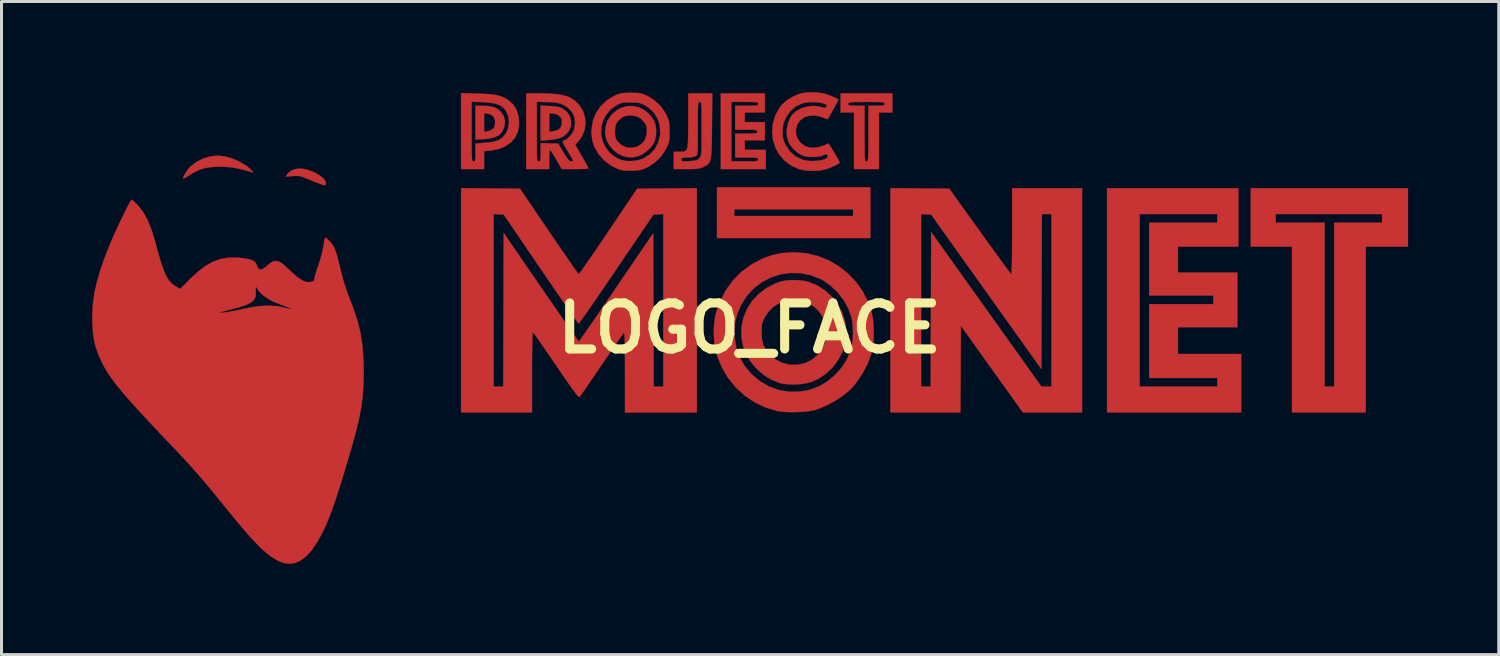
<source format=kicad_pcb>
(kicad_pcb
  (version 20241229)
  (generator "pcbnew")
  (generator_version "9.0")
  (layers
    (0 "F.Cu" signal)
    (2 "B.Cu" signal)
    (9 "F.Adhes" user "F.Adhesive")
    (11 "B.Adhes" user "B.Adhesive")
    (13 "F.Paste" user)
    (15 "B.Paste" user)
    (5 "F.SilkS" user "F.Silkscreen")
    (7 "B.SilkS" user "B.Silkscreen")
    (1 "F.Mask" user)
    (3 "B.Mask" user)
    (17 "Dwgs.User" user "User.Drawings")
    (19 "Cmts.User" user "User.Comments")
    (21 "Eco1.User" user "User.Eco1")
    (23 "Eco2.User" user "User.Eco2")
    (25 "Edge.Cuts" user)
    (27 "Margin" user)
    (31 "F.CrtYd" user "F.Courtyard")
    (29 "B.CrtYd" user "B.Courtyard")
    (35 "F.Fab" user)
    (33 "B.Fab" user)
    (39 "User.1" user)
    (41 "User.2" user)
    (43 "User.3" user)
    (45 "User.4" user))
  (footprint "LOGO_FACE"
    (layer "F.Cu")
    (at 21.751 7.807)
    (property "Reference" "LOGO_FACE" (at 0 0 0) (layer "F.SilkS") (effects (font (size 1.524 1.524) (thickness 0.3))))
    (attr through_hole)
    (fp_poly (pts (xy 3.996 -2.981) (xy -1.078 -2.981) (xy -1.078 -3.932) (xy -0.507 -3.932) (xy -0.507 -3.71) (xy 3.425 -3.71) (xy 3.425 -3.932) (xy -0.507 -3.932) (xy -1.078 -3.932) (xy -1.078 -4.661) (xy 3.996 -4.661) (xy 3.996 -2.981)) (stroke (width 0.01) (type solid)) (fill yes) (layer "F.Cu"))
    (fp_poly (pts (xy 21.785 -2.695) (xy 20.39 -2.695) (xy 20.39 2.791) (xy 17.948 2.791) (xy 17.948 -2.695) (xy 16.585 -2.695) (xy 16.585 -3.774) (xy 17.409 -3.774) (xy 17.409 -3.488) (xy 19.026 -3.488) (xy 19.026 1.934) (xy 19.343 1.934) (xy 19.343 -3.488) (xy 20.929 -3.488) (xy 20.929 -3.774) (xy 17.409 -3.774) (xy 16.585 -3.774) (xy 16.585 -4.63) (xy 21.785 -4.63) (xy 21.785 -2.695)) (stroke (width 0.01) (type solid)) (fill yes) (layer "F.Cu"))
    (fp_poly (pts (xy -14.718 -5.262) (xy -14.545 -5.213) (xy -14.379 -5.142) (xy -14.233 -5.058) (xy -14.116 -4.966) (xy -14.04 -4.875) (xy -14.016 -4.798) (xy -14.022 -4.753) (xy -14.046 -4.732) (xy -14.1 -4.737) (xy -14.194 -4.767) (xy -14.286 -4.802) (xy -14.422 -4.856) (xy -14.577 -4.919) (xy -14.682 -4.962) (xy -14.804 -5.01) (xy -14.903 -5.033) (xy -15.011 -5.038) (xy -15.117 -5.032) (xy -15.346 -5.015) (xy -15.295 -5.094) (xy -15.189 -5.198) (xy -15.044 -5.261) (xy -14.867 -5.279) (xy -14.718 -5.262)) (stroke (width 0.01) (type solid)) (fill yes) (layer "F.Cu"))
    (fp_poly (pts (xy 16.172 -2.695) (xy 14.175 -2.695) (xy 14.175 -1.839) (xy 16.141 -1.839) (xy 16.141 -0.032) (xy 14.175 -0.032) (xy 14.175 0.856) (xy 16.267 0.856) (xy 16.267 2.791) (xy 11.828 2.791) (xy 11.828 -3.774) (xy 12.906 -3.774) (xy 12.906 1.934) (xy 15.475 1.934) (xy 15.475 1.649) (xy 13.223 1.649) (xy 13.223 -0.793) (xy 15.348 -0.793) (xy 15.348 -1.078) (xy 13.223 -1.078) (xy 13.223 -3.488) (xy 15.475 -3.488) (xy 15.475 -3.774) (xy 12.906 -3.774) (xy 11.828 -3.774) (xy 11.828 -4.63) (xy 16.172 -4.63) (xy 16.172 -2.695)) (stroke (width 0.01) (type solid)) (fill yes) (layer "F.Cu"))
    (fp_poly (pts (xy -17.365 -5.683) (xy -17.115 -5.612) (xy -16.869 -5.505) (xy -16.647 -5.368) (xy -16.533 -5.275) (xy -16.465 -5.207) (xy -16.43 -5.163) (xy -16.435 -5.15) (xy -16.437 -5.151) (xy -16.73 -5.236) (xy -16.987 -5.294) (xy -17.228 -5.328) (xy -17.471 -5.341) (xy -17.52 -5.342) (xy -17.783 -5.333) (xy -18.004 -5.301) (xy -18.203 -5.24) (xy -18.398 -5.145) (xy -18.518 -5.072) (xy -18.627 -5.002) (xy -18.694 -4.963) (xy -18.729 -4.95) (xy -18.74 -4.957) (xy -18.741 -4.964) (xy -18.723 -5.021) (xy -18.676 -5.108) (xy -18.612 -5.207) (xy -18.543 -5.297) (xy -18.503 -5.341) (xy -18.309 -5.494) (xy -18.077 -5.612) (xy -17.825 -5.685) (xy -17.599 -5.708) (xy -17.365 -5.683)) (stroke (width 0.01) (type solid)) (fill yes) (layer "F.Cu"))
    (fp_poly (pts (xy -8.839 -7.357) (xy -8.633 -7.347) (xy -8.472 -7.314) (xy -8.344 -7.255) (xy -8.24 -7.17) (xy -8.139 -7.027) (xy -8.094 -6.864) (xy -8.106 -6.69) (xy -8.176 -6.515) (xy -8.198 -6.479) (xy -8.3 -6.38) (xy -8.456 -6.309) (xy -8.666 -6.265) (xy -8.791 -6.254) (xy -9.069 -6.238) (xy -9.069 -7.103) (xy -8.784 -7.103) (xy -8.784 -6.494) (xy -8.665 -6.515) (xy -8.568 -6.546) (xy -8.489 -6.593) (xy -8.483 -6.599) (xy -8.435 -6.675) (xy -8.419 -6.791) (xy -8.419 -6.805) (xy -8.427 -6.908) (xy -8.459 -6.977) (xy -8.508 -7.027) (xy -8.599 -7.081) (xy -8.69 -7.103) (xy -8.784 -7.103) (xy -9.069 -7.103) (xy -9.069 -7.357) (xy -8.839 -7.357)) (stroke (width 0.01) (type solid)) (fill yes) (layer "F.Cu"))
    (fp_poly (pts (xy -6.62 -7.351) (xy -6.449 -7.338) (xy -6.322 -7.316) (xy -6.222 -7.282) (xy -6.19 -7.266) (xy -6.05 -7.162) (xy -5.955 -7.025) (xy -5.907 -6.868) (xy -5.909 -6.704) (xy -5.963 -6.547) (xy -6.027 -6.456) (xy -6.14 -6.357) (xy -6.286 -6.287) (xy -6.475 -6.243) (xy -6.649 -6.224) (xy -6.913 -6.206) (xy -6.913 -6.493) (xy -6.627 -6.493) (xy -6.499 -6.513) (xy -6.4 -6.536) (xy -6.319 -6.566) (xy -6.308 -6.573) (xy -6.247 -6.644) (xy -6.211 -6.753) (xy -6.208 -6.88) (xy -6.21 -6.89) (xy -6.252 -6.98) (xy -6.34 -7.053) (xy -6.455 -7.096) (xy -6.524 -7.103) (xy -6.627 -7.103) (xy -6.627 -6.493) (xy -6.913 -6.493) (xy -6.913 -7.364) (xy -6.62 -7.351)) (stroke (width 0.01) (type solid)) (fill yes) (layer "F.Cu"))
    (fp_poly (pts (xy 5.635 -4.622) (xy 6.608 -4.614) (xy 7.619 -3.203) (xy 7.81 -2.938) (xy 7.989 -2.689) (xy 8.155 -2.46) (xy 8.303 -2.257) (xy 8.43 -2.084) (xy 8.532 -1.945) (xy 8.607 -1.846) (xy 8.65 -1.791) (xy 8.659 -1.781) (xy 8.666 -1.809) (xy 8.672 -1.897) (xy 8.678 -2.039) (xy 8.682 -2.232) (xy 8.685 -2.471) (xy 8.687 -2.752) (xy 8.689 -3.07) (xy 8.689 -3.2) (xy 8.689 -4.63) (xy 11.003 -4.63) (xy 11.003 2.791) (xy 9.044 2.791) (xy 6.992 -0.079) (xy 6.984 1.356) (xy 6.976 2.791) (xy 4.661 2.791) (xy 4.661 1.934) (xy 5.676 1.934) (xy 5.993 1.934) (xy 6.009 -3.178) (xy 7.832 -0.622) (xy 9.656 1.933) (xy 9.822 1.934) (xy 9.989 1.934) (xy 9.989 -3.774) (xy 9.672 -3.774) (xy 9.664 -1.209) (xy 9.656 1.356) (xy 7.832 -1.201) (xy 6.008 -3.758) (xy 5.842 -3.767) (xy 5.676 -3.777) (xy 5.676 1.934) (xy 4.661 1.934) (xy 4.661 -4.631) (xy 5.635 -4.622)) (stroke (width 0.01) (type solid)) (fill yes) (layer "F.Cu"))
    (fp_poly (pts (xy -3.647 -7.3) (xy -3.457 -7.199) (xy -3.291 -7.052) (xy -3.161 -6.865) (xy -3.111 -6.721) (xy -3.09 -6.545) (xy -3.098 -6.362) (xy -3.134 -6.198) (xy -3.163 -6.132) (xy -3.267 -5.984) (xy -3.409 -5.848) (xy -3.569 -5.742) (xy -3.689 -5.692) (xy -3.854 -5.655) (xy -4.002 -5.653) (xy -4.164 -5.686) (xy -4.198 -5.696) (xy -4.354 -5.772) (xy -4.504 -5.893) (xy -4.634 -6.043) (xy -4.725 -6.205) (xy -4.74 -6.244) (xy -4.781 -6.463) (xy -4.778 -6.504) (xy -4.455 -6.504) (xy -4.451 -6.379) (xy -4.436 -6.293) (xy -4.402 -6.223) (xy -4.37 -6.178) (xy -4.238 -6.054) (xy -4.079 -5.981) (xy -3.905 -5.963) (xy -3.729 -6.002) (xy -3.68 -6.024) (xy -3.54 -6.123) (xy -3.45 -6.253) (xy -3.405 -6.424) (xy -3.399 -6.483) (xy -3.397 -6.603) (xy -3.411 -6.687) (xy -3.447 -6.762) (xy -3.462 -6.785) (xy -3.585 -6.925) (xy -3.728 -7.008) (xy -3.902 -7.039) (xy -3.932 -7.04) (xy -4.069 -7.03) (xy -4.171 -6.996) (xy -4.218 -6.968) (xy -4.34 -6.87) (xy -4.413 -6.764) (xy -4.448 -6.633) (xy -4.455 -6.504) (xy -4.778 -6.504) (xy -4.764 -6.678) (xy -4.691 -6.88) (xy -4.567 -7.059) (xy -4.397 -7.207) (xy -4.265 -7.282) (xy -4.061 -7.345) (xy -3.852 -7.349) (xy -3.647 -7.3)) (stroke (width 0.01) (type solid)) (fill yes) (layer "F.Cu"))
    (fp_poly (pts (xy 4.725 -7.135) (xy 4.281 -7.135) (xy 4.281 -5.264) (xy 3.456 -5.264) (xy 3.456 -7.135) (xy 3.012 -7.135) (xy 3.012 -7.42) (xy 3.266 -7.42) (xy 3.271 -7.389) (xy 3.294 -7.371) (xy 3.349 -7.361) (xy 3.446 -7.357) (xy 3.536 -7.357) (xy 3.805 -7.357) (xy 3.805 -6.437) (xy 3.805 -6.172) (xy 3.806 -5.963) (xy 3.808 -5.804) (xy 3.811 -5.689) (xy 3.816 -5.609) (xy 3.824 -5.559) (xy 3.835 -5.532) (xy 3.849 -5.52) (xy 3.866 -5.518) (xy 3.869 -5.518) (xy 3.887 -5.519) (xy 3.901 -5.53) (xy 3.912 -5.555) (xy 3.92 -5.602) (xy 3.926 -5.678) (xy 3.929 -5.79) (xy 3.931 -5.943) (xy 3.932 -6.146) (xy 3.932 -6.405) (xy 3.932 -6.437) (xy 3.932 -7.357) (xy 4.202 -7.357) (xy 4.333 -7.358) (xy 4.413 -7.363) (xy 4.454 -7.376) (xy 4.469 -7.399) (xy 4.471 -7.42) (xy 4.469 -7.442) (xy 4.455 -7.458) (xy 4.423 -7.47) (xy 4.363 -7.477) (xy 4.267 -7.481) (xy 4.126 -7.483) (xy 3.933 -7.484) (xy 3.869 -7.484) (xy 3.659 -7.483) (xy 3.505 -7.482) (xy 3.398 -7.479) (xy 3.328 -7.472) (xy 3.289 -7.462) (xy 3.271 -7.447) (xy 3.266 -7.427) (xy 3.266 -7.42) (xy 3.012 -7.42) (xy 3.012 -7.769) (xy 4.725 -7.769) (xy 4.725 -7.135)) (stroke (width 0.01) (type solid)) (fill yes) (layer "F.Cu"))
    (fp_poly (pts (xy 0.507 -7.135) (xy -0.159 -7.135) (xy -0.159 -6.818) (xy 0.507 -6.818) (xy 0.507 -6.215) (xy -0.159 -6.215) (xy -0.159 -5.898) (xy 0.539 -5.898) (xy 0.539 -5.264) (xy -0.951 -5.264) (xy -0.951 -7.484) (xy -0.602 -7.484) (xy -0.602 -5.518) (xy -0.159 -5.518) (xy 0.017 -5.518) (xy 0.139 -5.52) (xy 0.217 -5.526) (xy 0.261 -5.536) (xy 0.281 -5.553) (xy 0.285 -5.576) (xy 0.285 -5.581) (xy 0.282 -5.608) (xy 0.263 -5.626) (xy 0.22 -5.637) (xy 0.142 -5.642) (xy 0.017 -5.644) (xy -0.095 -5.644) (xy -0.476 -5.644) (xy -0.476 -6.437) (xy -0.111 -6.437) (xy 0.046 -6.438) (xy 0.15 -6.441) (xy 0.212 -6.449) (xy 0.243 -6.463) (xy 0.253 -6.485) (xy 0.254 -6.501) (xy 0.25 -6.528) (xy 0.231 -6.546) (xy 0.187 -6.557) (xy 0.106 -6.562) (xy -0.022 -6.564) (xy -0.111 -6.564) (xy -0.476 -6.564) (xy -0.476 -7.357) (xy -0.095 -7.357) (xy 0.065 -7.357) (xy 0.173 -7.36) (xy 0.239 -7.368) (xy 0.272 -7.381) (xy 0.284 -7.402) (xy 0.285 -7.42) (xy 0.282 -7.445) (xy 0.266 -7.463) (xy 0.227 -7.474) (xy 0.155 -7.48) (xy 0.041 -7.483) (xy -0.126 -7.484) (xy -0.159 -7.484) (xy -0.602 -7.484) (xy -0.951 -7.484) (xy -0.951 -7.769) (xy 0.507 -7.769) (xy 0.507 -7.135)) (stroke (width 0.01) (type solid)) (fill yes) (layer "F.Cu"))
    (fp_poly (pts (xy -8.998 -7.76) (xy -8.743 -7.75) (xy -8.541 -7.734) (xy -8.379 -7.711) (xy -8.246 -7.677) (xy -8.131 -7.631) (xy -8.022 -7.57) (xy -7.97 -7.536) (xy -7.817 -7.394) (xy -7.707 -7.212) (xy -7.642 -7.001) (xy -7.625 -6.771) (xy -7.66 -6.532) (xy -7.67 -6.492) (xy -7.756 -6.306) (xy -7.895 -6.146) (xy -8.078 -6.018) (xy -8.299 -5.927) (xy -8.55 -5.879) (xy -8.556 -5.878) (xy -8.784 -5.857) (xy -8.784 -5.264) (xy -9.545 -5.264) (xy -9.545 -6.505) (xy -9.196 -6.505) (xy -9.196 -6.229) (xy -9.195 -6.01) (xy -9.194 -5.841) (xy -9.191 -5.716) (xy -9.186 -5.628) (xy -9.179 -5.571) (xy -9.17 -5.538) (xy -9.157 -5.522) (xy -9.141 -5.518) (xy -9.133 -5.518) (xy -9.103 -5.522) (xy -9.084 -5.544) (xy -9.074 -5.595) (xy -9.07 -5.686) (xy -9.069 -5.814) (xy -9.069 -6.111) (xy -8.792 -6.13) (xy -8.587 -6.149) (xy -8.431 -6.178) (xy -8.311 -6.218) (xy -8.213 -6.276) (xy -8.167 -6.314) (xy -8.056 -6.45) (xy -7.986 -6.621) (xy -7.96 -6.807) (xy -7.979 -6.994) (xy -8.045 -7.163) (xy -8.061 -7.191) (xy -8.148 -7.295) (xy -8.256 -7.372) (xy -8.395 -7.425) (xy -8.576 -7.459) (xy -8.809 -7.476) (xy -8.823 -7.477) (xy -9.196 -7.491) (xy -9.196 -6.505) (xy -9.545 -6.505) (xy -9.545 -7.778) (xy -8.998 -7.76)) (stroke (width 0.01) (type solid)) (fill yes) (layer "F.Cu"))
    (fp_poly (pts (xy 1.59 -1.588) (xy 1.793 -1.567) (xy 1.922 -1.539) (xy 2.221 -1.422) (xy 2.49 -1.253) (xy 2.724 -1.041) (xy 2.918 -0.792) (xy 3.065 -0.514) (xy 3.162 -0.214) (xy 3.202 0.102) (xy 3.202 0.155) (xy 3.171 0.465) (xy 3.082 0.763) (xy 2.94 1.042) (xy 2.753 1.294) (xy 2.524 1.511) (xy 2.261 1.684) (xy 2.044 1.781) (xy 1.877 1.825) (xy 1.672 1.853) (xy 1.452 1.864) (xy 1.24 1.857) (xy 1.059 1.832) (xy 1.018 1.822) (xy 0.737 1.713) (xy 0.473 1.552) (xy 0.236 1.347) (xy 0.035 1.109) (xy -0.121 0.846) (xy -0.218 0.586) (xy -0.271 0.268) (xy -0.268 0.139) (xy 0.397 0.139) (xy 0.397 0.143) (xy 0.408 0.357) (xy 0.448 0.532) (xy 0.523 0.686) (xy 0.641 0.841) (xy 0.67 0.873) (xy 0.865 1.04) (xy 1.09 1.154) (xy 1.333 1.213) (xy 1.587 1.215) (xy 1.843 1.156) (xy 1.843 1.156) (xy 2.061 1.047) (xy 2.251 0.887) (xy 2.402 0.689) (xy 2.495 0.49) (xy 2.527 0.334) (xy 2.536 0.147) (xy 2.522 -0.046) (xy 2.486 -0.221) (xy 2.449 -0.32) (xy 2.31 -0.541) (xy 2.131 -0.715) (xy 1.942 -0.831) (xy 1.827 -0.884) (xy 1.733 -0.915) (xy 1.635 -0.93) (xy 1.506 -0.934) (xy 1.459 -0.934) (xy 1.31 -0.93) (xy 1.2 -0.916) (xy 1.103 -0.887) (xy 1.01 -0.846) (xy 0.794 -0.709) (xy 0.613 -0.53) (xy 0.48 -0.32) (xy 0.479 -0.317) (xy 0.437 -0.218) (xy 0.412 -0.124) (xy 0.4 -0.012) (xy 0.397 0.139) (xy -0.268 0.139) (xy -0.265 -0.044) (xy -0.202 -0.345) (xy -0.085 -0.629) (xy 0.08 -0.89) (xy 0.292 -1.122) (xy 0.547 -1.318) (xy 0.841 -1.474) (xy 1.007 -1.536) (xy 1.173 -1.572) (xy 1.375 -1.59) (xy 1.59 -1.588)) (stroke (width 0.01) (type solid)) (fill yes) (layer "F.Cu"))
    (fp_poly (pts (xy -1.243 -6.699) (xy -1.246 -6.388) (xy -1.25 -6.133) (xy -1.256 -5.929) (xy -1.265 -5.769) (xy -1.28 -5.646) (xy -1.3 -5.554) (xy -1.328 -5.486) (xy -1.365 -5.435) (xy -1.412 -5.396) (xy -1.471 -5.362) (xy -1.522 -5.335) (xy -1.587 -5.306) (xy -1.653 -5.285) (xy -1.735 -5.273) (xy -1.846 -5.266) (xy -2.001 -5.264) (xy -2.084 -5.264) (xy -2.505 -5.264) (xy -2.505 -5.576) (xy -2.251 -5.576) (xy -2.248 -5.543) (xy -2.229 -5.525) (xy -2.183 -5.517) (xy -2.096 -5.52) (xy -1.99 -5.526) (xy -1.857 -5.538) (xy -1.77 -5.553) (xy -1.713 -5.576) (xy -1.669 -5.614) (xy -1.657 -5.628) (xy -1.636 -5.654) (xy -1.62 -5.682) (xy -1.607 -5.721) (xy -1.598 -5.777) (xy -1.592 -5.858) (xy -1.588 -5.972) (xy -1.586 -6.127) (xy -1.586 -6.329) (xy -1.586 -6.587) (xy -1.586 -6.598) (xy -1.586 -6.857) (xy -1.586 -7.061) (xy -1.588 -7.215) (xy -1.592 -7.326) (xy -1.597 -7.401) (xy -1.605 -7.448) (xy -1.617 -7.472) (xy -1.631 -7.482) (xy -1.649 -7.484) (xy -1.668 -7.482) (xy -1.682 -7.471) (xy -1.693 -7.445) (xy -1.701 -7.396) (xy -1.707 -7.318) (xy -1.71 -7.203) (xy -1.712 -7.045) (xy -1.712 -6.836) (xy -1.712 -6.613) (xy -1.712 -6.356) (xy -1.713 -6.155) (xy -1.715 -6.002) (xy -1.719 -5.891) (xy -1.725 -5.813) (xy -1.733 -5.762) (xy -1.746 -5.73) (xy -1.762 -5.71) (xy -1.783 -5.694) (xy -1.874 -5.66) (xy -2.017 -5.645) (xy -2.052 -5.644) (xy -2.161 -5.643) (xy -2.221 -5.634) (xy -2.246 -5.613) (xy -2.251 -5.576) (xy -2.505 -5.576) (xy -2.505 -5.835) (xy -2.317 -5.835) (xy -2.238 -5.835) (xy -2.175 -5.84) (xy -2.127 -5.857) (xy -2.09 -5.891) (xy -2.064 -5.949) (xy -2.047 -6.038) (xy -2.037 -6.163) (xy -2.031 -6.332) (xy -2.03 -6.55) (xy -2.029 -6.825) (xy -2.029 -6.872) (xy -2.029 -7.769) (xy -1.234 -7.769) (xy -1.243 -6.699)) (stroke (width 0.01) (type solid)) (fill yes) (layer "F.Cu"))
    (fp_poly (pts (xy -6.952 -7.769) (xy -6.639 -7.762) (xy -6.381 -7.742) (xy -6.173 -7.707) (xy -6.007 -7.658) (xy -5.976 -7.645) (xy -5.78 -7.526) (xy -5.624 -7.369) (xy -5.512 -7.183) (xy -5.446 -6.977) (xy -5.428 -6.763) (xy -5.459 -6.55) (xy -5.544 -6.347) (xy -5.644 -6.207) (xy -5.768 -6.067) (xy -5.547 -5.682) (xy -5.468 -5.542) (xy -5.401 -5.422) (xy -5.353 -5.333) (xy -5.329 -5.285) (xy -5.327 -5.28) (xy -5.357 -5.274) (xy -5.439 -5.269) (xy -5.562 -5.266) (xy -5.713 -5.264) (xy -5.77 -5.264) (xy -6.213 -5.264) (xy -6.396 -5.581) (xy -6.471 -5.706) (xy -6.535 -5.807) (xy -6.582 -5.875) (xy -6.604 -5.898) (xy -6.614 -5.868) (xy -6.622 -5.789) (xy -6.626 -5.673) (xy -6.627 -5.581) (xy -6.627 -5.264) (xy -7.389 -5.264) (xy -7.389 -6.504) (xy -7.04 -6.504) (xy -7.04 -6.228) (xy -7.039 -6.009) (xy -7.037 -5.841) (xy -7.034 -5.716) (xy -7.03 -5.628) (xy -7.023 -5.571) (xy -7.013 -5.538) (xy -7.001 -5.522) (xy -6.985 -5.518) (xy -6.976 -5.518) (xy -6.947 -5.522) (xy -6.928 -5.544) (xy -6.918 -5.594) (xy -6.914 -5.684) (xy -6.913 -5.82) (xy -6.913 -6.122) (xy -6.621 -6.113) (xy -6.33 -6.104) (xy -6.154 -5.811) (xy -6.069 -5.674) (xy -6.006 -5.585) (xy -5.957 -5.536) (xy -5.916 -5.518) (xy -5.906 -5.518) (xy -5.85 -5.525) (xy -5.835 -5.537) (xy -5.85 -5.57) (xy -5.892 -5.646) (xy -5.954 -5.753) (xy -6.023 -5.868) (xy -6.103 -6.003) (xy -6.154 -6.093) (xy -6.178 -6.148) (xy -6.179 -6.18) (xy -6.161 -6.196) (xy -6.146 -6.201) (xy -6.04 -6.26) (xy -5.934 -6.359) (xy -5.848 -6.478) (xy -5.803 -6.58) (xy -5.771 -6.794) (xy -5.797 -6.989) (xy -5.879 -7.159) (xy -6.015 -7.299) (xy -6.142 -7.377) (xy -6.233 -7.418) (xy -6.317 -7.446) (xy -6.412 -7.463) (xy -6.537 -7.473) (xy -6.683 -7.479) (xy -7.04 -7.49) (xy -7.04 -6.504) (xy -7.389 -6.504) (xy -7.389 -7.769) (xy -6.952 -7.769)) (stroke (width 0.01) (type solid)) (fill yes) (layer "F.Cu"))
    (fp_poly (pts (xy -3.777 -7.783) (xy -3.665 -7.776) (xy -3.577 -7.76) (xy -3.492 -7.731) (xy -3.39 -7.686) (xy -3.385 -7.684) (xy -3.142 -7.534) (xy -2.936 -7.337) (xy -2.776 -7.1) (xy -2.749 -7.047) (xy -2.703 -6.945) (xy -2.673 -6.86) (xy -2.657 -6.772) (xy -2.649 -6.661) (xy -2.648 -6.509) (xy -2.648 -6.501) (xy -2.649 -6.347) (xy -2.656 -6.236) (xy -2.671 -6.149) (xy -2.7 -6.067) (xy -2.745 -5.969) (xy -2.753 -5.953) (xy -2.907 -5.708) (xy -3.109 -5.5) (xy -3.35 -5.339) (xy -3.381 -5.323) (xy -3.497 -5.27) (xy -3.596 -5.238) (xy -3.705 -5.219) (xy -3.848 -5.21) (xy -3.881 -5.209) (xy -4.047 -5.207) (xy -4.172 -5.218) (xy -4.282 -5.242) (xy -4.344 -5.263) (xy -4.595 -5.386) (xy -4.817 -5.555) (xy -4.996 -5.761) (xy -5.002 -5.768) (xy -5.127 -5.985) (xy -5.201 -6.2) (xy -5.226 -6.418) (xy -4.911 -6.418) (xy -4.866 -6.199) (xy -4.771 -5.992) (xy -4.626 -5.806) (xy -4.504 -5.701) (xy -4.395 -5.633) (xy -4.278 -5.576) (xy -4.24 -5.562) (xy -4.077 -5.531) (xy -3.887 -5.529) (xy -3.695 -5.554) (xy -3.53 -5.603) (xy -3.512 -5.611) (xy -3.304 -5.744) (xy -3.14 -5.919) (xy -3.024 -6.129) (xy -2.963 -6.368) (xy -2.955 -6.453) (xy -2.971 -6.707) (xy -3.044 -6.937) (xy -3.172 -7.138) (xy -3.351 -7.304) (xy -3.461 -7.374) (xy -3.548 -7.419) (xy -3.624 -7.446) (xy -3.709 -7.461) (xy -3.824 -7.467) (xy -3.932 -7.468) (xy -4.079 -7.466) (xy -4.183 -7.458) (xy -4.263 -7.44) (xy -4.341 -7.407) (xy -4.403 -7.374) (xy -4.601 -7.232) (xy -4.75 -7.056) (xy -4.853 -6.855) (xy -4.906 -6.64) (xy -4.911 -6.418) (xy -5.226 -6.418) (xy -5.228 -6.436) (xy -5.226 -6.578) (xy -5.181 -6.86) (xy -5.079 -7.117) (xy -4.925 -7.345) (xy -4.722 -7.536) (xy -4.479 -7.684) (xy -4.376 -7.73) (xy -4.291 -7.759) (xy -4.203 -7.776) (xy -4.093 -7.783) (xy -3.94 -7.785) (xy -3.932 -7.785) (xy -3.777 -7.783)) (stroke (width 0.01) (type solid)) (fill yes) (layer "F.Cu"))
    (fp_poly (pts (xy 1.882 -2.476) (xy 2.261 -2.386) (xy 2.621 -2.242) (xy 2.955 -2.047) (xy 3.258 -1.806) (xy 3.526 -1.523) (xy 3.752 -1.201) (xy 3.931 -0.846) (xy 4.033 -0.553) (xy 4.073 -0.362) (xy 4.098 -0.131) (xy 4.108 0.119) (xy 4.104 0.368) (xy 4.084 0.597) (xy 4.049 0.785) (xy 4.047 0.793) (xy 3.91 1.173) (xy 3.712 1.544) (xy 3.458 1.898) (xy 3.296 2.065) (xy 3.087 2.234) (xy 2.847 2.394) (xy 2.592 2.536) (xy 2.337 2.649) (xy 2.14 2.715) (xy 1.983 2.746) (xy 1.782 2.767) (xy 1.559 2.778) (xy 1.332 2.779) (xy 1.122 2.769) (xy 0.947 2.748) (xy 0.909 2.741) (xy 0.522 2.623) (xy 0.162 2.45) (xy -0.166 2.228) (xy -0.458 1.959) (xy -0.709 1.649) (xy -0.914 1.303) (xy -1.069 0.925) (xy -1.112 0.777) (xy -1.16 0.523) (xy -1.182 0.237) (xy -1.18 0.115) (xy -0.503 0.115) (xy -0.497 0.285) (xy -0.442 0.636) (xy -0.331 0.959) (xy -0.163 1.254) (xy 0.062 1.52) (xy 0.064 1.522) (xy 0.342 1.755) (xy 0.644 1.931) (xy 0.967 2.048) (xy 1.306 2.105) (xy 1.656 2.101) (xy 1.993 2.041) (xy 2.283 1.935) (xy 2.558 1.774) (xy 2.809 1.569) (xy 3.028 1.329) (xy 3.206 1.061) (xy 3.334 0.776) (xy 3.376 0.631) (xy 3.407 0.439) (xy 3.422 0.217) (xy 3.419 -0.013) (xy 3.4 -0.225) (xy 3.374 -0.36) (xy 3.272 -0.643) (xy 3.119 -0.918) (xy 2.924 -1.173) (xy 2.698 -1.395) (xy 2.451 -1.571) (xy 2.341 -1.63) (xy 2.013 -1.754) (xy 1.679 -1.819) (xy 1.346 -1.827) (xy 1.021 -1.78) (xy 0.71 -1.68) (xy 0.419 -1.53) (xy 0.156 -1.332) (xy -0.074 -1.087) (xy -0.263 -0.799) (xy -0.293 -0.741) (xy -0.413 -0.455) (xy -0.482 -0.177) (xy -0.503 0.115) (xy -1.18 0.115) (xy -1.177 -0.057) (xy -1.146 -0.335) (xy -1.113 -0.492) (xy -0.977 -0.886) (xy -0.788 -1.249) (xy -0.551 -1.575) (xy -0.269 -1.861) (xy 0.055 -2.102) (xy 0.417 -2.295) (xy 0.465 -2.315) (xy 0.759 -2.418) (xy 1.056 -2.48) (xy 1.38 -2.506) (xy 1.487 -2.507) (xy 1.882 -2.476)) (stroke (width 0.01) (type solid)) (fill yes) (layer "F.Cu"))
    (fp_poly (pts (xy 2.256 -7.793) (xy 2.436 -7.768) (xy 2.505 -7.751) (xy 2.61 -7.715) (xy 2.726 -7.669) (xy 2.835 -7.622) (xy 2.916 -7.581) (xy 2.942 -7.563) (xy 2.931 -7.535) (xy 2.895 -7.466) (xy 2.842 -7.368) (xy 2.78 -7.255) (xy 2.716 -7.14) (xy 2.657 -7.037) (xy 2.611 -6.959) (xy 2.585 -6.919) (xy 2.584 -6.918) (xy 2.55 -6.922) (xy 2.481 -6.948) (xy 2.451 -6.962) (xy 2.291 -7.015) (xy 2.114 -7.035) (xy 1.944 -7.022) (xy 1.816 -6.981) (xy 1.676 -6.877) (xy 1.581 -6.741) (xy 1.535 -6.585) (xy 1.538 -6.422) (xy 1.591 -6.263) (xy 1.697 -6.122) (xy 1.711 -6.109) (xy 1.867 -6.009) (xy 2.049 -5.965) (xy 2.251 -5.977) (xy 2.471 -6.047) (xy 2.604 -6.112) (xy 2.625 -6.09) (xy 2.668 -6.026) (xy 2.727 -5.932) (xy 2.794 -5.821) (xy 2.86 -5.708) (xy 2.918 -5.604) (xy 2.961 -5.522) (xy 2.98 -5.477) (xy 2.981 -5.474) (xy 2.953 -5.447) (xy 2.882 -5.405) (xy 2.781 -5.357) (xy 2.665 -5.308) (xy 2.551 -5.265) (xy 2.507 -5.252) (xy 2.31 -5.214) (xy 2.083 -5.203) (xy 1.853 -5.219) (xy 1.647 -5.26) (xy 1.628 -5.266) (xy 1.377 -5.378) (xy 1.158 -5.542) (xy 0.978 -5.751) (xy 0.869 -5.943) (xy 0.78 -6.211) (xy 0.748 -6.489) (xy 0.749 -6.498) (xy 1.095 -6.498) (xy 1.098 -6.36) (xy 1.114 -6.256) (xy 1.149 -6.156) (xy 1.205 -6.039) (xy 1.339 -5.84) (xy 1.51 -5.688) (xy 1.726 -5.581) (xy 1.771 -5.565) (xy 1.904 -5.539) (xy 2.065 -5.529) (xy 2.232 -5.535) (xy 2.384 -5.557) (xy 2.497 -5.593) (xy 2.5 -5.594) (xy 2.574 -5.638) (xy 2.596 -5.676) (xy 2.578 -5.726) (xy 2.572 -5.735) (xy 2.544 -5.758) (xy 2.495 -5.747) (xy 2.438 -5.719) (xy 2.329 -5.683) (xy 2.182 -5.665) (xy 2.02 -5.664) (xy 1.865 -5.68) (xy 1.741 -5.714) (xy 1.74 -5.715) (xy 1.588 -5.806) (xy 1.443 -5.936) (xy 1.329 -6.084) (xy 1.299 -6.138) (xy 1.239 -6.329) (xy 1.228 -6.541) (xy 1.264 -6.755) (xy 1.344 -6.955) (xy 1.408 -7.055) (xy 1.536 -7.175) (xy 1.706 -7.269) (xy 1.901 -7.33) (xy 2.104 -7.354) (xy 2.296 -7.337) (xy 2.37 -7.316) (xy 2.458 -7.29) (xy 2.509 -7.289) (xy 2.539 -7.312) (xy 2.561 -7.36) (xy 2.532 -7.399) (xy 2.448 -7.434) (xy 2.396 -7.448) (xy 2.195 -7.479) (xy 1.983 -7.478) (xy 1.787 -7.447) (xy 1.714 -7.424) (xy 1.506 -7.319) (xy 1.343 -7.175) (xy 1.214 -6.983) (xy 1.199 -6.952) (xy 1.142 -6.828) (xy 1.111 -6.724) (xy 1.097 -6.611) (xy 1.095 -6.498) (xy 0.749 -6.498) (xy 0.772 -6.766) (xy 0.852 -7.032) (xy 0.984 -7.276) (xy 1.076 -7.395) (xy 1.213 -7.519) (xy 1.389 -7.634) (xy 1.582 -7.726) (xy 1.707 -7.768) (xy 1.865 -7.794) (xy 2.057 -7.802) (xy 2.256 -7.793)) (stroke (width 0.01) (type solid)) (fill yes) (layer "F.Cu"))
    (fp_poly (pts (xy -8.571 -4.622) (xy -7.597 -4.614) (xy -6.638 -3.203) (xy -6.457 -2.936) (xy -6.285 -2.686) (xy -6.127 -2.456) (xy -5.986 -2.252) (xy -5.866 -2.079) (xy -5.77 -1.942) (xy -5.7 -1.845) (xy -5.661 -1.793) (xy -5.654 -1.786) (xy -5.632 -1.81) (xy -5.578 -1.882) (xy -5.496 -1.997) (xy -5.388 -2.151) (xy -5.258 -2.338) (xy -5.109 -2.554) (xy -4.945 -2.794) (xy -4.769 -3.053) (xy -4.673 -3.196) (xy -3.718 -4.614) (xy -2.731 -4.622) (xy -1.744 -4.631) (xy -1.744 2.791) (xy -4.122 2.791) (xy -4.122 1.452) (xy -4.123 1.122) (xy -4.123 0.85) (xy -4.125 0.631) (xy -4.128 0.461) (xy -4.131 0.334) (xy -4.136 0.245) (xy -4.143 0.189) (xy -4.151 0.161) (xy -4.161 0.156) (xy -4.166 0.16) (xy -4.193 0.196) (xy -4.252 0.278) (xy -4.338 0.401) (xy -4.446 0.559) (xy -4.574 0.745) (xy -4.716 0.953) (xy -4.869 1.178) (xy -4.898 1.221) (xy -5.052 1.448) (xy -5.196 1.659) (xy -5.326 1.849) (xy -5.438 2.011) (xy -5.527 2.14) (xy -5.59 2.229) (xy -5.622 2.273) (xy -5.625 2.276) (xy -5.641 2.276) (xy -5.671 2.253) (xy -5.716 2.203) (xy -5.78 2.121) (xy -5.866 2.005) (xy -5.977 1.849) (xy -6.115 1.651) (xy -6.283 1.405) (xy -6.407 1.223) (xy -6.567 0.989) (xy -6.716 0.772) (xy -6.851 0.578) (xy -6.967 0.411) (xy -7.061 0.278) (xy -7.129 0.184) (xy -7.168 0.135) (xy -7.174 0.128) (xy -7.18 0.159) (xy -7.184 0.246) (xy -7.188 0.383) (xy -7.192 0.565) (xy -7.195 0.783) (xy -7.197 1.032) (xy -7.198 1.306) (xy -7.198 1.459) (xy -7.198 2.791) (xy -9.545 2.791) (xy -9.545 -3.777) (xy -8.467 -3.777) (xy -8.467 1.934) (xy -8.15 1.934) (xy -8.142 -0.606) (xy -8.134 -3.147) (xy -6.901 -1.352) (xy -6.694 -1.05) (xy -6.497 -0.765) (xy -6.313 -0.5) (xy -6.146 -0.259) (xy -5.998 -0.046) (xy -5.872 0.133) (xy -5.771 0.276) (xy -5.699 0.377) (xy -5.657 0.433) (xy -5.648 0.443) (xy -5.627 0.417) (xy -5.574 0.343) (xy -5.491 0.225) (xy -5.381 0.068) (xy -5.247 -0.126) (xy -5.092 -0.35) (xy -4.92 -0.601) (xy -4.732 -0.875) (xy -4.532 -1.167) (xy -4.408 -1.35) (xy -3.187 -3.14) (xy -3.171 1.934) (xy -2.854 1.934) (xy -2.854 -3.777) (xy -3.017 -3.767) (xy -3.181 -3.758) (xy -4.405 -1.952) (xy -4.61 -1.65) (xy -4.806 -1.363) (xy -4.988 -1.097) (xy -5.155 -0.855) (xy -5.303 -0.641) (xy -5.428 -0.461) (xy -5.529 -0.318) (xy -5.603 -0.217) (xy -5.645 -0.161) (xy -5.655 -0.151) (xy -5.677 -0.177) (xy -5.732 -0.252) (xy -5.816 -0.37) (xy -5.927 -0.528) (xy -6.061 -0.722) (xy -6.217 -0.947) (xy -6.39 -1.199) (xy -6.578 -1.473) (xy -6.778 -1.766) (xy -6.908 -1.956) (xy -8.134 -3.758) (xy -8.3 -3.767) (xy -8.467 -3.777) (xy -9.545 -3.777) (xy -9.545 -4.631) (xy -8.571 -4.622)) (stroke (width 0.01) (type solid)) (fill yes) (layer "F.Cu"))
    (fp_poly (pts (xy -20.416 -4.228) (xy -20.351 -4.172) (xy -20.268 -4.092) (xy -20.246 -4.069) (xy -20.079 -3.863) (xy -19.93 -3.601) (xy -19.797 -3.28) (xy -19.679 -2.899) (xy -19.675 -2.886) (xy -19.586 -2.556) (xy -19.508 -2.283) (xy -19.437 -2.059) (xy -19.37 -1.878) (xy -19.306 -1.733) (xy -19.24 -1.619) (xy -19.17 -1.528) (xy -19.093 -1.456) (xy -19.006 -1.394) (xy -18.979 -1.378) (xy -18.838 -1.295) (xy -18.528 -1.608) (xy -18.264 -1.856) (xy -18.014 -2.049) (xy -17.77 -2.189) (xy -17.524 -2.281) (xy -17.266 -2.328) (xy -16.988 -2.334) (xy -16.8 -2.319) (xy -16.602 -2.288) (xy -16.46 -2.247) (xy -16.368 -2.193) (xy -16.318 -2.123) (xy -16.311 -2.1) (xy -16.27 -1.992) (xy -16.211 -1.941) (xy -16.13 -1.947) (xy -16.026 -2.009) (xy -15.947 -2.077) (xy -15.842 -2.165) (xy -15.759 -2.21) (xy -15.696 -2.22) (xy -15.627 -2.215) (xy -15.562 -2.196) (xy -15.492 -2.155) (xy -15.405 -2.088) (xy -15.291 -1.986) (xy -15.189 -1.889) (xy -15.019 -1.735) (xy -14.878 -1.626) (xy -14.758 -1.558) (xy -14.65 -1.526) (xy -14.592 -1.522) (xy -14.478 -1.533) (xy -14.415 -1.569) (xy -14.397 -1.632) (xy -14.386 -1.688) (xy -14.359 -1.79) (xy -14.319 -1.923) (xy -14.272 -2.064) (xy -14.217 -2.232) (xy -14.167 -2.404) (xy -14.129 -2.557) (xy -14.11 -2.648) (xy -14.084 -2.809) (xy -14.065 -2.916) (xy -14.048 -2.974) (xy -14.027 -2.992) (xy -13.997 -2.976) (xy -13.952 -2.933) (xy -13.919 -2.899) (xy -13.847 -2.823) (xy -13.788 -2.743) (xy -13.737 -2.648) (xy -13.69 -2.528) (xy -13.642 -2.374) (xy -13.591 -2.174) (xy -13.545 -1.982) (xy -13.435 -1.558) (xy -13.304 -1.163) (xy -13.227 -0.962) (xy -13.077 -0.567) (xy -12.961 -0.2) (xy -12.876 0.154) (xy -12.818 0.514) (xy -12.784 0.898) (xy -12.77 1.321) (xy -12.769 1.411) (xy -12.771 1.678) (xy -12.779 1.928) (xy -12.795 2.168) (xy -12.82 2.406) (xy -12.856 2.649) (xy -12.903 2.906) (xy -12.965 3.183) (xy -13.041 3.487) (xy -13.134 3.828) (xy -13.244 4.212) (xy -13.374 4.646) (xy -13.403 4.741) (xy -13.525 5.137) (xy -13.633 5.478) (xy -13.731 5.773) (xy -13.82 6.028) (xy -13.904 6.25) (xy -13.985 6.447) (xy -14.065 6.626) (xy -14.127 6.754) (xy -14.309 7.084) (xy -14.492 7.35) (xy -14.677 7.555) (xy -14.866 7.697) (xy -15.058 7.778) (xy -15.255 7.798) (xy -15.457 7.758) (xy -15.582 7.705) (xy -15.711 7.634) (xy -15.84 7.549) (xy -15.974 7.447) (xy -16.116 7.324) (xy -16.27 7.175) (xy -16.44 6.996) (xy -16.63 6.784) (xy -16.845 6.534) (xy -17.087 6.242) (xy -17.361 5.905) (xy -17.468 5.772) (xy -17.749 5.427) (xy -18.031 5.09) (xy -18.305 4.773) (xy -18.56 4.486) (xy -18.788 4.24) (xy -18.788 4.239) (xy -19.169 3.839) (xy -19.509 3.481) (xy -19.81 3.16) (xy -20.075 2.875) (xy -20.307 2.621) (xy -20.51 2.396) (xy -20.685 2.195) (xy -20.836 2.015) (xy -20.966 1.853) (xy -21.078 1.706) (xy -21.175 1.569) (xy -21.258 1.44) (xy -21.333 1.316) (xy -21.4 1.191) (xy -21.449 1.094) (xy -21.562 0.839) (xy -21.644 0.59) (xy -21.7 0.328) (xy -21.733 0.034) (xy -21.745 -0.18) (xy -21.746 -0.514) (xy -21.746 -0.516) (xy -17.536 -0.516) (xy -17.522 -0.506) (xy -17.456 -0.508) (xy -17.349 -0.521) (xy -17.209 -0.543) (xy -17.048 -0.572) (xy -16.875 -0.607) (xy -16.711 -0.644) (xy -16.317 -0.717) (xy -15.953 -0.745) (xy -15.624 -0.727) (xy -15.372 -0.674) (xy -15.267 -0.646) (xy -15.19 -0.63) (xy -15.158 -0.63) (xy -15.158 -0.631) (xy -15.185 -0.65) (xy -15.258 -0.683) (xy -15.36 -0.722) (xy -15.372 -0.726) (xy -15.519 -0.781) (xy -15.677 -0.845) (xy -15.781 -0.889) (xy -15.91 -0.958) (xy -16.039 -1.046) (xy -16.154 -1.141) (xy -16.241 -1.232) (xy -16.284 -1.303) (xy -16.31 -1.359) (xy -16.329 -1.357) (xy -16.34 -1.305) (xy -16.339 -1.208) (xy -16.338 -1.196) (xy -16.339 -1.081) (xy -16.368 -0.984) (xy -16.43 -0.901) (xy -16.53 -0.828) (xy -16.675 -0.761) (xy -16.87 -0.696) (xy -17.121 -0.629) (xy -17.187 -0.613) (xy -17.324 -0.579) (xy -17.437 -0.548) (xy -17.512 -0.526) (xy -17.536 -0.516) (xy -21.746 -0.516) (xy -21.722 -0.844) (xy -21.673 -1.18) (xy -21.594 -1.53) (xy -21.486 -1.904) (xy -21.345 -2.311) (xy -21.169 -2.759) (xy -21.107 -2.906) (xy -21.031 -3.077) (xy -20.947 -3.263) (xy -20.857 -3.455) (xy -20.767 -3.644) (xy -20.68 -3.821) (xy -20.602 -3.979) (xy -20.535 -4.108) (xy -20.484 -4.2) (xy -20.453 -4.246) (xy -20.448 -4.249) (xy -20.416 -4.228)) (stroke (width 0.01) (type solid)) (fill yes) (layer "F.Cu")))
  (gr_rect
    (start -3 -3)
    (end 46.541 18.611)
    (stroke (width 0.1) (type default))
    (fill no)
    (layer "Edge.Cuts")))
</source>
